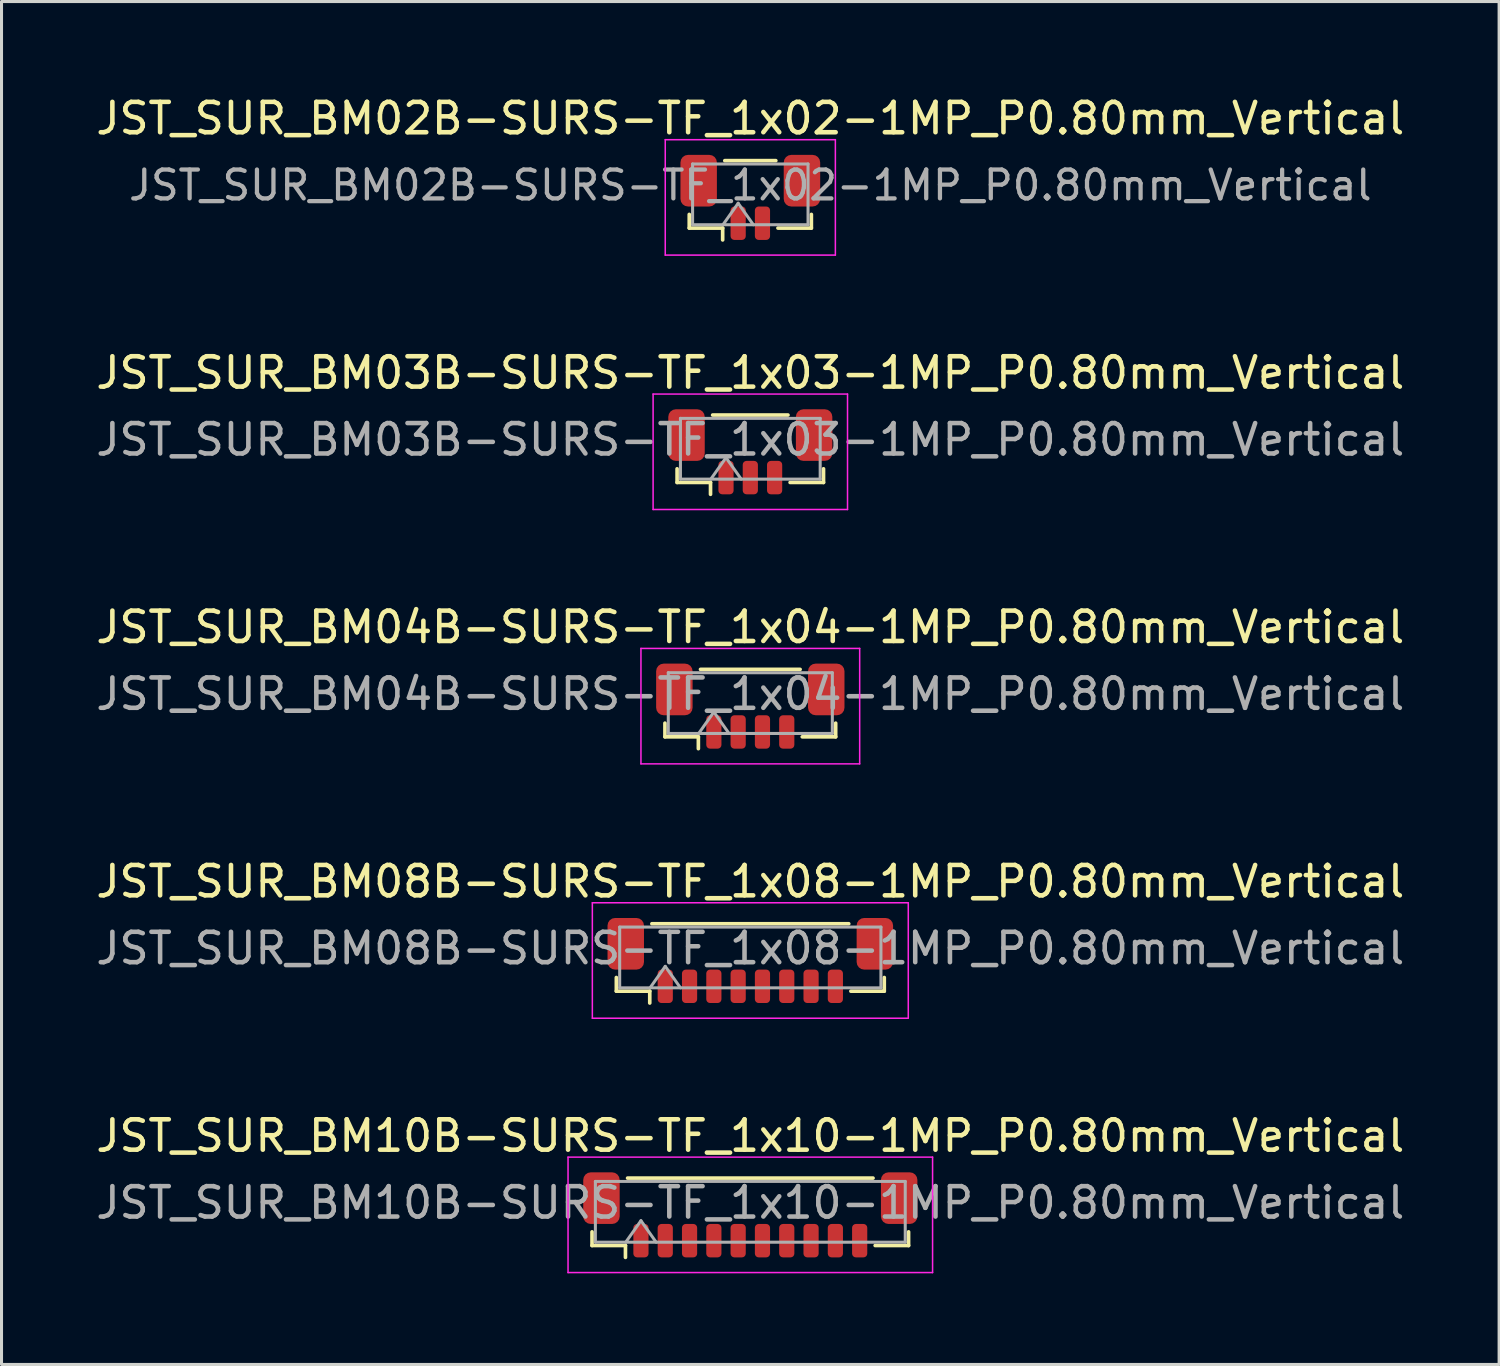
<source format=kicad_pcb>
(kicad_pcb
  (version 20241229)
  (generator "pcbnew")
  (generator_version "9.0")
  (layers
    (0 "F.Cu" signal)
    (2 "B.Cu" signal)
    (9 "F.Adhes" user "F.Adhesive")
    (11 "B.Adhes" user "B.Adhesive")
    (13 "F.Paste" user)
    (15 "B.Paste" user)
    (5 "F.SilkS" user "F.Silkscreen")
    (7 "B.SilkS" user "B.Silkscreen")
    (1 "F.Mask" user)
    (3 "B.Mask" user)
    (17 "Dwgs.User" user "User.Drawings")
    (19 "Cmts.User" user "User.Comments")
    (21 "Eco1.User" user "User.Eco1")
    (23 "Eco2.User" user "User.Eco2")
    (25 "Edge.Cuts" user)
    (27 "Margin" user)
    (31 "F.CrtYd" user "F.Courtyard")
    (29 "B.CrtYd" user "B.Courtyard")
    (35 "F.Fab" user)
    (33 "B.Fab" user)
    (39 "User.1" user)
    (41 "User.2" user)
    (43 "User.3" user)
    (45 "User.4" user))
  (footprint "JST_SUR_BM03B-SURS-TF_1x03-1MP_P0.80mm_Vertical"
    (layer "F.Cu")
    (at 21.649 11.822)
    (property "Reference" "JST_SUR_BM03B-SURS-TF_1x03-1MP_P0.80mm_Vertical" (at 0 -2.6 0) (layer "F.SilkS") (effects (font (size 1 1) (thickness 0.15))))
    (attr smd)
    (fp_line (start -2.41 0.56) (end -2.41 1.01) (stroke (width 0.12) (type solid)) (layer "F.SilkS"))
    (fp_line (start -2.41 1.01) (end -1.31 1.01) (stroke (width 0.12) (type solid)) (layer "F.SilkS"))
    (fp_line (start -1.31 1.01) (end -1.31 1.4) (stroke (width 0.12) (type solid)) (layer "F.SilkS"))
    (fp_line (start -1.24 -1.21) (end 1.24 -1.21) (stroke (width 0.12) (type solid)) (layer "F.SilkS"))
    (fp_line (start 2.41 0.56) (end 2.41 1.01) (stroke (width 0.12) (type solid)) (layer "F.SilkS"))
    (fp_line (start 2.41 1.01) (end 1.31 1.01) (stroke (width 0.12) (type solid)) (layer "F.SilkS"))
    (fp_line (start -3.2 -1.9) (end -3.2 1.9) (stroke (width 0.05) (type solid)) (layer "F.CrtYd"))
    (fp_line (start -3.2 1.9) (end 3.2 1.9) (stroke (width 0.05) (type solid)) (layer "F.CrtYd"))
    (fp_line (start 3.2 -1.9) (end -3.2 -1.9) (stroke (width 0.05) (type solid)) (layer "F.CrtYd"))
    (fp_line (start 3.2 1.9) (end 3.2 -1.9) (stroke (width 0.05) (type solid)) (layer "F.CrtYd"))
    (fp_line (start -2.3 -1.1) (end 2.3 -1.1) (stroke (width 0.1) (type solid)) (layer "F.Fab"))
    (fp_line (start -2.3 0.9) (end -2.3 -1.1) (stroke (width 0.1) (type solid)) (layer "F.Fab"))
    (fp_line (start -2.3 0.9) (end 2.3 0.9) (stroke (width 0.1) (type solid)) (layer "F.Fab"))
    (fp_line (start -1.3 0.9) (end -0.8 0.193) (stroke (width 0.1) (type solid)) (layer "F.Fab"))
    (fp_line (start -0.8 0.193) (end -0.3 0.9) (stroke (width 0.1) (type solid)) (layer "F.Fab"))
    (fp_line (start 2.3 0.9) (end 2.3 -1.1) (stroke (width 0.1) (type solid)) (layer "F.Fab"))
    (fp_text user "${REFERENCE}" (at 0 -0.4 0) (layer "F.Fab") (effects (font (size 1 1) (thickness 0.15))))
    (pad "1" smd roundrect (at -0.8 0.85) (size 0.5 1.1) (layers "F.Cu" "F.Mask" "F.Paste") (roundrect_rratio 0.25))
    (pad "2" smd roundrect (at 0 0.85) (size 0.5 1.1) (layers "F.Cu" "F.Mask" "F.Paste") (roundrect_rratio 0.25))
    (pad "3" smd roundrect (at 0.8 0.85) (size 0.5 1.1) (layers "F.Cu" "F.Mask" "F.Paste") (roundrect_rratio 0.25))
    (pad "MP" smd roundrect (at -2.1 -0.55) (size 1.2 1.7) (layers "F.Cu" "F.Mask" "F.Paste") (roundrect_rratio 0.208))
    (pad "MP" smd roundrect (at 2.1 -0.55) (size 1.2 1.7) (layers "F.Cu" "F.Mask" "F.Paste") (roundrect_rratio 0.208)))
  (footprint "JST_SUR_BM08B-SURS-TF_1x08-1MP_P0.80mm_Vertical"
    (layer "F.Cu")
    (at 21.649 28.568)
    (property "Reference" "JST_SUR_BM08B-SURS-TF_1x08-1MP_P0.80mm_Vertical" (at 0 -2.6 0) (layer "F.SilkS") (effects (font (size 1 1) (thickness 0.15))))
    (attr smd)
    (fp_line (start -4.41 0.56) (end -4.41 1.01) (stroke (width 0.12) (type solid)) (layer "F.SilkS"))
    (fp_line (start -4.41 1.01) (end -3.31 1.01) (stroke (width 0.12) (type solid)) (layer "F.SilkS"))
    (fp_line (start -3.31 1.01) (end -3.31 1.4) (stroke (width 0.12) (type solid)) (layer "F.SilkS"))
    (fp_line (start -3.24 -1.21) (end 3.24 -1.21) (stroke (width 0.12) (type solid)) (layer "F.SilkS"))
    (fp_line (start 4.41 0.56) (end 4.41 1.01) (stroke (width 0.12) (type solid)) (layer "F.SilkS"))
    (fp_line (start 4.41 1.01) (end 3.31 1.01) (stroke (width 0.12) (type solid)) (layer "F.SilkS"))
    (fp_line (start -5.2 -1.9) (end -5.2 1.9) (stroke (width 0.05) (type solid)) (layer "F.CrtYd"))
    (fp_line (start -5.2 1.9) (end 5.2 1.9) (stroke (width 0.05) (type solid)) (layer "F.CrtYd"))
    (fp_line (start 5.2 -1.9) (end -5.2 -1.9) (stroke (width 0.05) (type solid)) (layer "F.CrtYd"))
    (fp_line (start 5.2 1.9) (end 5.2 -1.9) (stroke (width 0.05) (type solid)) (layer "F.CrtYd"))
    (fp_line (start -4.3 -1.1) (end 4.3 -1.1) (stroke (width 0.1) (type solid)) (layer "F.Fab"))
    (fp_line (start -4.3 0.9) (end -4.3 -1.1) (stroke (width 0.1) (type solid)) (layer "F.Fab"))
    (fp_line (start -4.3 0.9) (end 4.3 0.9) (stroke (width 0.1) (type solid)) (layer "F.Fab"))
    (fp_line (start -3.3 0.9) (end -2.8 0.193) (stroke (width 0.1) (type solid)) (layer "F.Fab"))
    (fp_line (start -2.8 0.193) (end -2.3 0.9) (stroke (width 0.1) (type solid)) (layer "F.Fab"))
    (fp_line (start 4.3 0.9) (end 4.3 -1.1) (stroke (width 0.1) (type solid)) (layer "F.Fab"))
    (fp_text user "${REFERENCE}" (at 0 -0.4 0) (layer "F.Fab") (effects (font (size 1 1) (thickness 0.15))))
    (pad "1" smd roundrect (at -2.8 0.85) (size 0.5 1.1) (layers "F.Cu" "F.Mask" "F.Paste") (roundrect_rratio 0.25))
    (pad "2" smd roundrect (at -2 0.85) (size 0.5 1.1) (layers "F.Cu" "F.Mask" "F.Paste") (roundrect_rratio 0.25))
    (pad "3" smd roundrect (at -1.2 0.85) (size 0.5 1.1) (layers "F.Cu" "F.Mask" "F.Paste") (roundrect_rratio 0.25))
    (pad "4" smd roundrect (at -0.4 0.85) (size 0.5 1.1) (layers "F.Cu" "F.Mask" "F.Paste") (roundrect_rratio 0.25))
    (pad "5" smd roundrect (at 0.4 0.85) (size 0.5 1.1) (layers "F.Cu" "F.Mask" "F.Paste") (roundrect_rratio 0.25))
    (pad "6" smd roundrect (at 1.2 0.85) (size 0.5 1.1) (layers "F.Cu" "F.Mask" "F.Paste") (roundrect_rratio 0.25))
    (pad "7" smd roundrect (at 2 0.85) (size 0.5 1.1) (layers "F.Cu" "F.Mask" "F.Paste") (roundrect_rratio 0.25))
    (pad "8" smd roundrect (at 2.8 0.85) (size 0.5 1.1) (layers "F.Cu" "F.Mask" "F.Paste") (roundrect_rratio 0.25))
    (pad "MP" smd roundrect (at -4.1 -0.55) (size 1.2 1.7) (layers "F.Cu" "F.Mask" "F.Paste") (roundrect_rratio 0.208))
    (pad "MP" smd roundrect (at 4.1 -0.55) (size 1.2 1.7) (layers "F.Cu" "F.Mask" "F.Paste") (roundrect_rratio 0.208)))
  (footprint "JST_SUR_BM04B-SURS-TF_1x04-1MP_P0.80mm_Vertical"
    (layer "F.Cu")
    (at 21.649 20.195)
    (property "Reference" "JST_SUR_BM04B-SURS-TF_1x04-1MP_P0.80mm_Vertical" (at 0 -2.6 0) (layer "F.SilkS") (effects (font (size 1 1) (thickness 0.15))))
    (attr smd)
    (fp_line (start -2.81 0.56) (end -2.81 1.01) (stroke (width 0.12) (type solid)) (layer "F.SilkS"))
    (fp_line (start -2.81 1.01) (end -1.71 1.01) (stroke (width 0.12) (type solid)) (layer "F.SilkS"))
    (fp_line (start -1.71 1.01) (end -1.71 1.4) (stroke (width 0.12) (type solid)) (layer "F.SilkS"))
    (fp_line (start -1.64 -1.21) (end 1.64 -1.21) (stroke (width 0.12) (type solid)) (layer "F.SilkS"))
    (fp_line (start 2.81 0.56) (end 2.81 1.01) (stroke (width 0.12) (type solid)) (layer "F.SilkS"))
    (fp_line (start 2.81 1.01) (end 1.71 1.01) (stroke (width 0.12) (type solid)) (layer "F.SilkS"))
    (fp_line (start -3.6 -1.9) (end -3.6 1.9) (stroke (width 0.05) (type solid)) (layer "F.CrtYd"))
    (fp_line (start -3.6 1.9) (end 3.6 1.9) (stroke (width 0.05) (type solid)) (layer "F.CrtYd"))
    (fp_line (start 3.6 -1.9) (end -3.6 -1.9) (stroke (width 0.05) (type solid)) (layer "F.CrtYd"))
    (fp_line (start 3.6 1.9) (end 3.6 -1.9) (stroke (width 0.05) (type solid)) (layer "F.CrtYd"))
    (fp_line (start -2.7 -1.1) (end 2.7 -1.1) (stroke (width 0.1) (type solid)) (layer "F.Fab"))
    (fp_line (start -2.7 0.9) (end -2.7 -1.1) (stroke (width 0.1) (type solid)) (layer "F.Fab"))
    (fp_line (start -2.7 0.9) (end 2.7 0.9) (stroke (width 0.1) (type solid)) (layer "F.Fab"))
    (fp_line (start -1.7 0.9) (end -1.2 0.193) (stroke (width 0.1) (type solid)) (layer "F.Fab"))
    (fp_line (start -1.2 0.193) (end -0.7 0.9) (stroke (width 0.1) (type solid)) (layer "F.Fab"))
    (fp_line (start 2.7 0.9) (end 2.7 -1.1) (stroke (width 0.1) (type solid)) (layer "F.Fab"))
    (fp_text user "${REFERENCE}" (at 0 -0.4 0) (layer "F.Fab") (effects (font (size 1 1) (thickness 0.15))))
    (pad "1" smd roundrect (at -1.2 0.85) (size 0.5 1.1) (layers "F.Cu" "F.Mask" "F.Paste") (roundrect_rratio 0.25))
    (pad "2" smd roundrect (at -0.4 0.85) (size 0.5 1.1) (layers "F.Cu" "F.Mask" "F.Paste") (roundrect_rratio 0.25))
    (pad "3" smd roundrect (at 0.4 0.85) (size 0.5 1.1) (layers "F.Cu" "F.Mask" "F.Paste") (roundrect_rratio 0.25))
    (pad "4" smd roundrect (at 1.2 0.85) (size 0.5 1.1) (layers "F.Cu" "F.Mask" "F.Paste") (roundrect_rratio 0.25))
    (pad "MP" smd roundrect (at -2.5 -0.55) (size 1.2 1.7) (layers "F.Cu" "F.Mask" "F.Paste") (roundrect_rratio 0.208))
    (pad "MP" smd roundrect (at 2.5 -0.55) (size 1.2 1.7) (layers "F.Cu" "F.Mask" "F.Paste") (roundrect_rratio 0.208)))
  (footprint "JST_SUR_BM02B-SURS-TF_1x02-1MP_P0.80mm_Vertical"
    (layer "F.Cu")
    (at 21.649 3.448)
    (property "Reference" "JST_SUR_BM02B-SURS-TF_1x02-1MP_P0.80mm_Vertical" (at 0 -2.6 0) (layer "F.SilkS") (effects (font (size 1 1) (thickness 0.15))))
    (attr smd)
    (fp_line (start -2.01 0.56) (end -2.01 1.01) (stroke (width 0.12) (type solid)) (layer "F.SilkS"))
    (fp_line (start -2.01 1.01) (end -0.91 1.01) (stroke (width 0.12) (type solid)) (layer "F.SilkS"))
    (fp_line (start -0.91 1.01) (end -0.91 1.4) (stroke (width 0.12) (type solid)) (layer "F.SilkS"))
    (fp_line (start -0.84 -1.21) (end 0.84 -1.21) (stroke (width 0.12) (type solid)) (layer "F.SilkS"))
    (fp_line (start 2.01 0.56) (end 2.01 1.01) (stroke (width 0.12) (type solid)) (layer "F.SilkS"))
    (fp_line (start 2.01 1.01) (end 0.91 1.01) (stroke (width 0.12) (type solid)) (layer "F.SilkS"))
    (fp_line (start -2.8 -1.9) (end -2.8 1.9) (stroke (width 0.05) (type solid)) (layer "F.CrtYd"))
    (fp_line (start -2.8 1.9) (end 2.8 1.9) (stroke (width 0.05) (type solid)) (layer "F.CrtYd"))
    (fp_line (start 2.8 -1.9) (end -2.8 -1.9) (stroke (width 0.05) (type solid)) (layer "F.CrtYd"))
    (fp_line (start 2.8 1.9) (end 2.8 -1.9) (stroke (width 0.05) (type solid)) (layer "F.CrtYd"))
    (fp_line (start -1.9 -1.1) (end 1.9 -1.1) (stroke (width 0.1) (type solid)) (layer "F.Fab"))
    (fp_line (start -1.9 0.9) (end -1.9 -1.1) (stroke (width 0.1) (type solid)) (layer "F.Fab"))
    (fp_line (start -1.9 0.9) (end 1.9 0.9) (stroke (width 0.1) (type solid)) (layer "F.Fab"))
    (fp_line (start -0.9 0.9) (end -0.4 0.193) (stroke (width 0.1) (type solid)) (layer "F.Fab"))
    (fp_line (start -0.4 0.193) (end 0.1 0.9) (stroke (width 0.1) (type solid)) (layer "F.Fab"))
    (fp_line (start 1.9 0.9) (end 1.9 -1.1) (stroke (width 0.1) (type solid)) (layer "F.Fab"))
    (fp_text user "${REFERENCE}" (at 0 -0.4 0) (layer "F.Fab") (effects (font (size 0.95 0.95) (thickness 0.14))))
    (pad "1" smd roundrect (at -0.4 0.85) (size 0.5 1.1) (layers "F.Cu" "F.Mask" "F.Paste") (roundrect_rratio 0.25))
    (pad "2" smd roundrect (at 0.4 0.85) (size 0.5 1.1) (layers "F.Cu" "F.Mask" "F.Paste") (roundrect_rratio 0.25))
    (pad "MP" smd roundrect (at -1.7 -0.55) (size 1.2 1.7) (layers "F.Cu" "F.Mask" "F.Paste") (roundrect_rratio 0.208))
    (pad "MP" smd roundrect (at 1.7 -0.55) (size 1.2 1.7) (layers "F.Cu" "F.Mask" "F.Paste") (roundrect_rratio 0.208)))
  (footprint "JST_SUR_BM10B-SURS-TF_1x10-1MP_P0.80mm_Vertical"
    (layer "F.Cu")
    (at 21.649 36.941)
    (property "Reference" "JST_SUR_BM10B-SURS-TF_1x10-1MP_P0.80mm_Vertical" (at 0 -2.6 0) (layer "F.SilkS") (effects (font (size 1 1) (thickness 0.15))))
    (attr smd)
    (fp_line (start -5.21 0.56) (end -5.21 1.01) (stroke (width 0.12) (type solid)) (layer "F.SilkS"))
    (fp_line (start -5.21 1.01) (end -4.11 1.01) (stroke (width 0.12) (type solid)) (layer "F.SilkS"))
    (fp_line (start -4.11 1.01) (end -4.11 1.4) (stroke (width 0.12) (type solid)) (layer "F.SilkS"))
    (fp_line (start -4.04 -1.21) (end 4.04 -1.21) (stroke (width 0.12) (type solid)) (layer "F.SilkS"))
    (fp_line (start 5.21 0.56) (end 5.21 1.01) (stroke (width 0.12) (type solid)) (layer "F.SilkS"))
    (fp_line (start 5.21 1.01) (end 4.11 1.01) (stroke (width 0.12) (type solid)) (layer "F.SilkS"))
    (fp_line (start -6 -1.9) (end -6 1.9) (stroke (width 0.05) (type solid)) (layer "F.CrtYd"))
    (fp_line (start -6 1.9) (end 6 1.9) (stroke (width 0.05) (type solid)) (layer "F.CrtYd"))
    (fp_line (start 6 -1.9) (end -6 -1.9) (stroke (width 0.05) (type solid)) (layer "F.CrtYd"))
    (fp_line (start 6 1.9) (end 6 -1.9) (stroke (width 0.05) (type solid)) (layer "F.CrtYd"))
    (fp_line (start -5.1 -1.1) (end 5.1 -1.1) (stroke (width 0.1) (type solid)) (layer "F.Fab"))
    (fp_line (start -5.1 0.9) (end -5.1 -1.1) (stroke (width 0.1) (type solid)) (layer "F.Fab"))
    (fp_line (start -5.1 0.9) (end 5.1 0.9) (stroke (width 0.1) (type solid)) (layer "F.Fab"))
    (fp_line (start -4.1 0.9) (end -3.6 0.193) (stroke (width 0.1) (type solid)) (layer "F.Fab"))
    (fp_line (start -3.6 0.193) (end -3.1 0.9) (stroke (width 0.1) (type solid)) (layer "F.Fab"))
    (fp_line (start 5.1 0.9) (end 5.1 -1.1) (stroke (width 0.1) (type solid)) (layer "F.Fab"))
    (fp_text user "${REFERENCE}" (at 0 -0.4 0) (layer "F.Fab") (effects (font (size 1 1) (thickness 0.15))))
    (pad "1" smd roundrect (at -3.6 0.85) (size 0.5 1.1) (layers "F.Cu" "F.Mask" "F.Paste") (roundrect_rratio 0.25))
    (pad "2" smd roundrect (at -2.8 0.85) (size 0.5 1.1) (layers "F.Cu" "F.Mask" "F.Paste") (roundrect_rratio 0.25))
    (pad "3" smd roundrect (at -2 0.85) (size 0.5 1.1) (layers "F.Cu" "F.Mask" "F.Paste") (roundrect_rratio 0.25))
    (pad "4" smd roundrect (at -1.2 0.85) (size 0.5 1.1) (layers "F.Cu" "F.Mask" "F.Paste") (roundrect_rratio 0.25))
    (pad "5" smd roundrect (at -0.4 0.85) (size 0.5 1.1) (layers "F.Cu" "F.Mask" "F.Paste") (roundrect_rratio 0.25))
    (pad "6" smd roundrect (at 0.4 0.85) (size 0.5 1.1) (layers "F.Cu" "F.Mask" "F.Paste") (roundrect_rratio 0.25))
    (pad "7" smd roundrect (at 1.2 0.85) (size 0.5 1.1) (layers "F.Cu" "F.Mask" "F.Paste") (roundrect_rratio 0.25))
    (pad "8" smd roundrect (at 2 0.85) (size 0.5 1.1) (layers "F.Cu" "F.Mask" "F.Paste") (roundrect_rratio 0.25))
    (pad "9" smd roundrect (at 2.8 0.85) (size 0.5 1.1) (layers "F.Cu" "F.Mask" "F.Paste") (roundrect_rratio 0.25))
    (pad "10" smd roundrect (at 3.6 0.85) (size 0.5 1.1) (layers "F.Cu" "F.Mask" "F.Paste") (roundrect_rratio 0.25))
    (pad "MP" smd roundrect (at -4.9 -0.55) (size 1.2 1.7) (layers "F.Cu" "F.Mask" "F.Paste") (roundrect_rratio 0.208))
    (pad "MP" smd roundrect (at 4.9 -0.55) (size 1.2 1.7) (layers "F.Cu" "F.Mask" "F.Paste") (roundrect_rratio 0.208)))
  (gr_rect
    (start -3 -3)
    (end 46.298 41.866)
    (stroke (width 0.1) (type default))
    (fill no)
    (layer "Edge.Cuts")))
</source>
